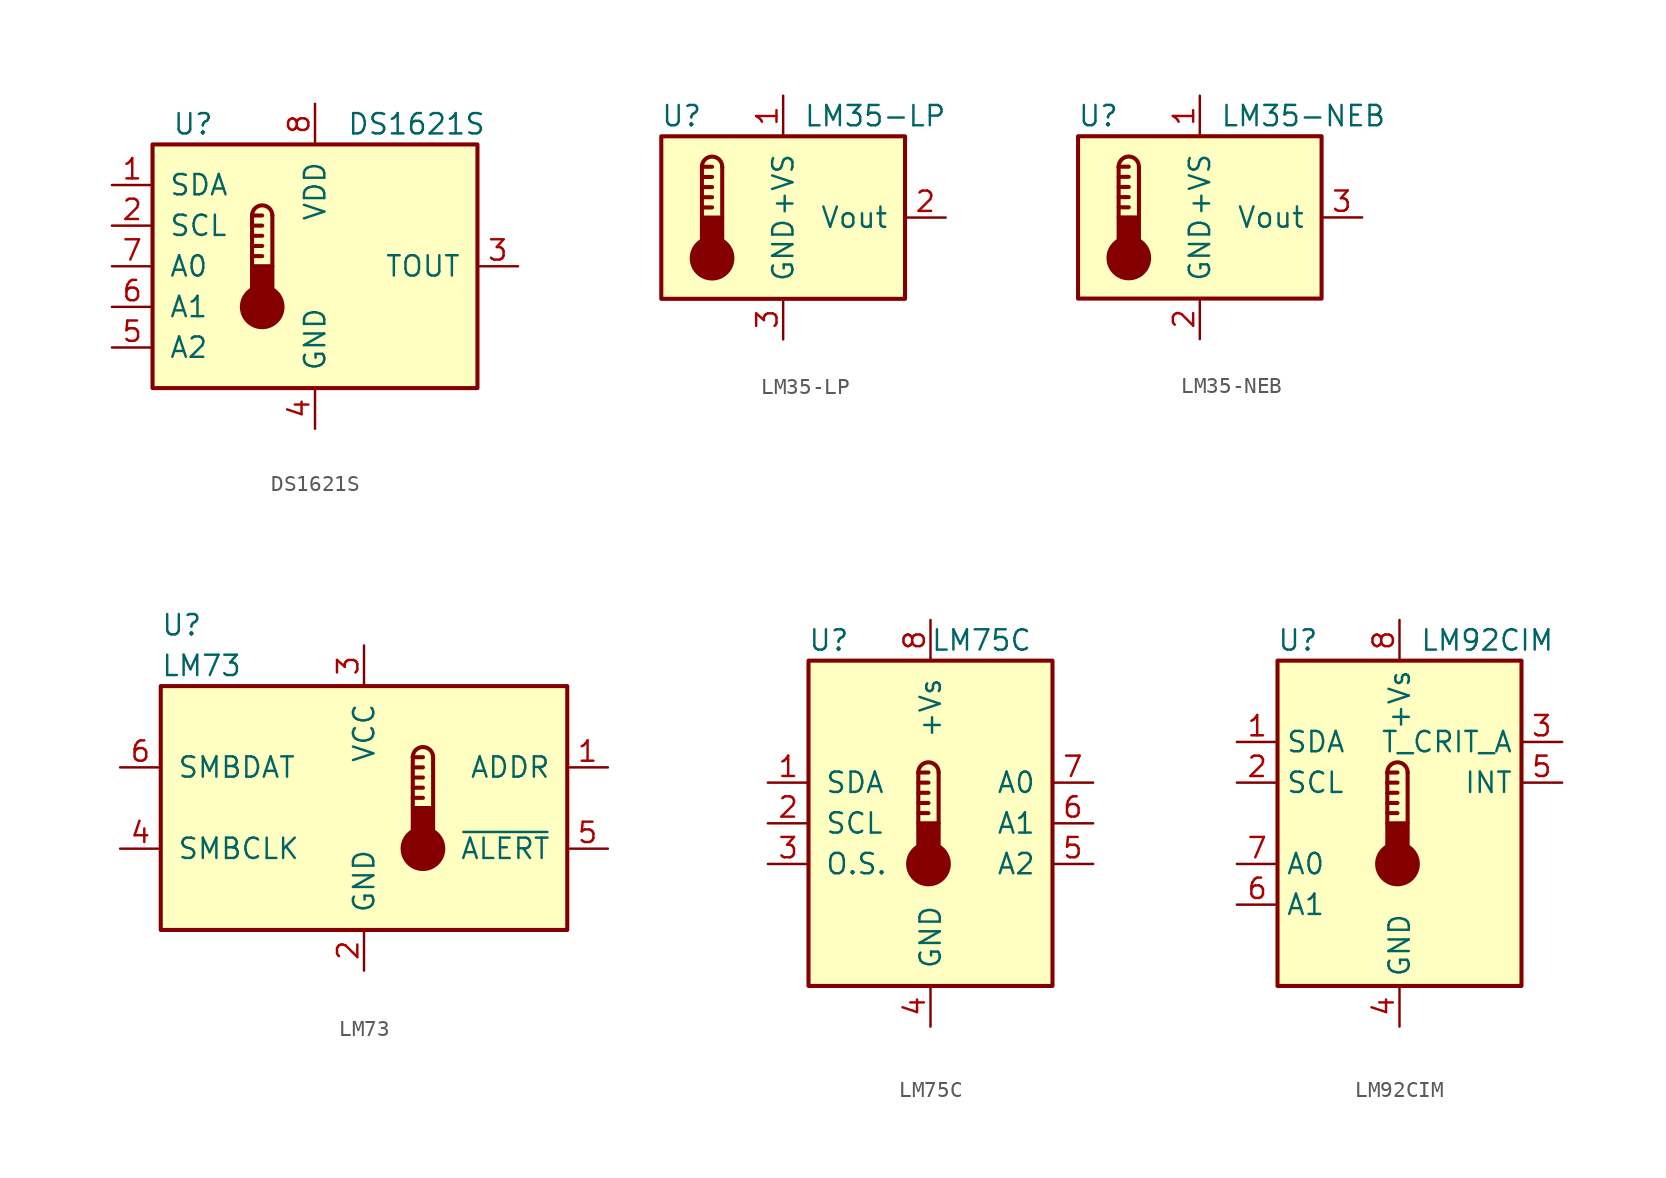
<source format=kicad_sym>
(kicad_symbol_lib
  (version 20201005)
  (generator kicad_symbol_editor)
  (symbol "DS1621S"
    (pin_names
      (offset 1.016))
    (property "Reference" "U"
      (at -7.62 8.89 0)
      (effects (font (size 1.27 1.27))))
    (property "Value" "DS1621S"
      (at 6.35 8.89 0)
      (effects (font (size 1.27 1.27))))
    (symbol "DS1621S_0_1"
      (arc (start -2.667 3.175) (end -3.937 3.175) (radius (at -3.302 3.175) (length 0.635) (angles 0.1 179.9)) (stroke (width 0.254)) (fill (type none)))
      (circle (center -3.302 -2.54) (radius 1.27) (stroke (width 0.254)) (fill (type outline)))
      (rectangle (start -2.667 -1.905) (end -3.937 0) (stroke (width 0.254)) (fill (type outline)))
      (rectangle (start -10.16 7.62) (end 10.16 -7.62) (stroke (width 0.254)) (fill (type background)))
      (polyline (pts (xy -3.937 0.635) (xy -3.302 0.635)) (stroke (width 0.254)) (fill (type none)))
      (polyline (pts (xy -3.937 1.27) (xy -3.302 1.27)) (stroke (width 0.254)) (fill (type none)))
      (polyline (pts (xy -3.937 1.905) (xy -3.302 1.905)) (stroke (width 0.254)) (fill (type none)))
      (polyline (pts (xy -3.937 2.54) (xy -3.302 2.54)) (stroke (width 0.254)) (fill (type none)))
      (polyline (pts (xy -3.937 3.175) (xy -3.937 0)) (stroke (width 0.254)) (fill (type none)))
      (polyline (pts (xy -3.937 3.175) (xy -3.302 3.175)) (stroke (width 0.254)) (fill (type none)))
      (polyline (pts (xy -2.667 3.175) (xy -2.667 0)) (stroke (width 0.254)) (fill (type none))))
    (symbol "DS1621S_1_1"
      (pin bidirectional line (at -12.7 5.08 0) (length 2.54) (name "SDA" (effects (font (size 1.27 1.27)))) (number "1" (effects (font (size 1.27 1.27)))))
      (pin input line (at -12.7 2.54 0) (length 2.54) (name "SCL" (effects (font (size 1.27 1.27)))) (number "2" (effects (font (size 1.27 1.27)))))
      (pin output line (at 12.7 0 180) (length 2.54) (name "TOUT" (effects (font (size 1.27 1.27)))) (number "3" (effects (font (size 1.27 1.27)))))
      (pin power_in line (at 0 -10.16 90) (length 2.54) (name "GND" (effects (font (size 1.27 1.27)))) (number "4" (effects (font (size 1.27 1.27)))))
      (pin input line (at -12.7 -5.08 0) (length 2.54) (name "A2" (effects (font (size 1.27 1.27)))) (number "5" (effects (font (size 1.27 1.27)))))
      (pin input line (at -12.7 -2.54 0) (length 2.54) (name "A1" (effects (font (size 1.27 1.27)))) (number "6" (effects (font (size 1.27 1.27)))))
      (pin input line (at -12.7 0 0) (length 2.54) (name "A0" (effects (font (size 1.27 1.27)))) (number "7" (effects (font (size 1.27 1.27)))))
      (pin power_in line (at 0 10.16 270) (length 2.54) (name "VDD" (effects (font (size 1.27 1.27)))) (number "8" (effects (font (size 1.27 1.27)))))))
  (symbol "LM35-LP"
    (pin_names
      (offset 1.016))
    (property "Reference" "U"
      (at -6.35 6.35 0)
      (effects (font (size 1.27 1.27))))
    (property "Value" "LM35-LP"
      (at 1.27 6.35 0)
      (effects (font (size 1.27 1.27)) (justify left)))
    (symbol "LM35-LP_0_1"
      (arc (start -3.81 3.175) (end -5.08 3.175) (radius (at -4.445 3.175) (length 0.635) (angles 0.1 179.9)) (stroke (width 0.254)) (fill (type none)))
      (circle (center -4.445 -2.54) (radius 1.27) (stroke (width 0.254)) (fill (type outline)))
      (rectangle (start -3.81 -1.905) (end -5.08 0) (stroke (width 0.254)) (fill (type outline)))
      (rectangle (start -7.62 5.08) (end 7.62 -5.08) (stroke (width 0.254)) (fill (type background)))
      (polyline (pts (xy -5.08 0.635) (xy -4.445 0.635)) (stroke (width 0.254)) (fill (type none)))
      (polyline (pts (xy -5.08 1.27) (xy -4.445 1.27)) (stroke (width 0.254)) (fill (type none)))
      (polyline (pts (xy -5.08 1.905) (xy -4.445 1.905)) (stroke (width 0.254)) (fill (type none)))
      (polyline (pts (xy -5.08 2.54) (xy -4.445 2.54)) (stroke (width 0.254)) (fill (type none)))
      (polyline (pts (xy -5.08 3.175) (xy -5.08 0)) (stroke (width 0.254)) (fill (type none)))
      (polyline (pts (xy -5.08 3.175) (xy -4.445 3.175)) (stroke (width 0.254)) (fill (type none)))
      (polyline (pts (xy -3.81 3.175) (xy -3.81 0)) (stroke (width 0.254)) (fill (type none))))
    (symbol "LM35-LP_1_1"
      (pin power_in line (at 0 7.62 270) (length 2.54) (name "+VS" (effects (font (size 1.27 1.27)))) (number "1" (effects (font (size 1.27 1.27)))))
      (pin output line (at 10.16 0 180) (length 2.54) (name "Vout" (effects (font (size 1.27 1.27)))) (number "2" (effects (font (size 1.27 1.27)))))
      (pin power_in line (at 0 -7.62 90) (length 2.54) (name "GND" (effects (font (size 1.27 1.27)))) (number "3" (effects (font (size 1.27 1.27)))))))
  (symbol "LM35-NEB"
    (pin_names
      (offset 1.016))
    (property "Reference" "U"
      (at -6.35 6.35 0)
      (effects (font (size 1.27 1.27))))
    (property "Value" "LM35-NEB"
      (at 1.27 6.35 0)
      (effects (font (size 1.27 1.27)) (justify left)))
    (symbol "LM35-NEB_0_1"
      (arc (start -3.81 3.175) (end -5.08 3.175) (radius (at -4.445 3.175) (length 0.635) (angles 0.1 179.9)) (stroke (width 0.254)) (fill (type none)))
      (circle (center -4.445 -2.54) (radius 1.27) (stroke (width 0.254)) (fill (type outline)))
      (rectangle (start -3.81 -1.905) (end -5.08 0) (stroke (width 0.254)) (fill (type outline)))
      (rectangle (start -7.62 5.08) (end 7.62 -5.08) (stroke (width 0.254)) (fill (type background)))
      (polyline (pts (xy -5.08 0.635) (xy -4.445 0.635)) (stroke (width 0.254)) (fill (type none)))
      (polyline (pts (xy -5.08 1.27) (xy -4.445 1.27)) (stroke (width 0.254)) (fill (type none)))
      (polyline (pts (xy -5.08 1.905) (xy -4.445 1.905)) (stroke (width 0.254)) (fill (type none)))
      (polyline (pts (xy -5.08 2.54) (xy -4.445 2.54)) (stroke (width 0.254)) (fill (type none)))
      (polyline (pts (xy -5.08 3.175) (xy -5.08 0)) (stroke (width 0.254)) (fill (type none)))
      (polyline (pts (xy -5.08 3.175) (xy -4.445 3.175)) (stroke (width 0.254)) (fill (type none)))
      (polyline (pts (xy -3.81 3.175) (xy -3.81 0)) (stroke (width 0.254)) (fill (type none))))
    (symbol "LM35-NEB_1_1"
      (pin power_in line (at 0 7.62 270) (length 2.54) (name "+VS" (effects (font (size 1.27 1.27)))) (number "1" (effects (font (size 1.27 1.27)))))
      (pin power_in line (at 0 -7.62 90) (length 2.54) (name "GND" (effects (font (size 1.27 1.27)))) (number "2" (effects (font (size 1.27 1.27)))))
      (pin output line (at 10.16 0 180) (length 2.54) (name "Vout" (effects (font (size 1.27 1.27)))) (number "3" (effects (font (size 1.27 1.27)))))))
  (symbol "LM73"
    (pin_names
      (offset 1.016))
    (property "Reference" "U"
      (at -12.7 11.43 0)
      (effects (font (size 1.27 1.27)) (justify left)))
    (property "Value" "LM73"
      (at -12.7 8.89 0)
      (effects (font (size 1.27 1.27)) (justify left)))
    (symbol "LM73_0_1"
      (arc (start 4.318 3.175) (end 3.048 3.175) (radius (at 3.683 3.175) (length 0.635) (angles 0.1 179.9)) (stroke (width 0.254)) (fill (type none)))
      (circle (center 3.683 -2.54) (radius 1.27) (stroke (width 0.254)) (fill (type outline)))
      (rectangle (start 4.318 -1.905) (end 3.048 0) (stroke (width 0.254)) (fill (type outline)))
      (rectangle (start -12.7 7.62) (end 12.7 -7.62) (stroke (width 0.254)) (fill (type background)))
      (polyline (pts (xy 3.048 0.635) (xy 3.683 0.635)) (stroke (width 0.254)) (fill (type none)))
      (polyline (pts (xy 3.048 1.27) (xy 3.683 1.27)) (stroke (width 0.254)) (fill (type none)))
      (polyline (pts (xy 3.048 1.905) (xy 3.683 1.905)) (stroke (width 0.254)) (fill (type none)))
      (polyline (pts (xy 3.048 2.54) (xy 3.683 2.54)) (stroke (width 0.254)) (fill (type none)))
      (polyline (pts (xy 3.048 3.175) (xy 3.048 0)) (stroke (width 0.254)) (fill (type none)))
      (polyline (pts (xy 3.048 3.175) (xy 3.683 3.175)) (stroke (width 0.254)) (fill (type none)))
      (polyline (pts (xy 4.318 3.175) (xy 4.318 0)) (stroke (width 0.254)) (fill (type none))))
    (symbol "LM73_1_1"
      (pin input line (at 15.24 2.54 180) (length 2.54) (name "ADDR" (effects (font (size 1.27 1.27)))) (number "1" (effects (font (size 1.27 1.27)))))
      (pin power_in line (at 0 -10.16 90) (length 2.54) (name "GND" (effects (font (size 1.27 1.27)))) (number "2" (effects (font (size 1.27 1.27)))))
      (pin power_in line (at 0 10.16 270) (length 2.54) (name "VCC" (effects (font (size 1.27 1.27)))) (number "3" (effects (font (size 1.27 1.27)))))
      (pin input line (at -15.24 -2.54 0) (length 2.54) (name "SMBCLK" (effects (font (size 1.27 1.27)))) (number "4" (effects (font (size 1.27 1.27)))))
      (pin output line (at 15.24 -2.54 180) (length 2.54) (name "~ALERT" (effects (font (size 1.27 1.27)))) (number "5" (effects (font (size 1.27 1.27)))))
      (pin bidirectional line (at -15.24 2.54 0) (length 2.54) (name "SMBDAT" (effects (font (size 1.27 1.27)))) (number "6" (effects (font (size 1.27 1.27)))))))
  (symbol "LM75C"
    (pin_names
      (offset 1.016))
    (property "Reference" "U"
      (at -6.35 11.43 0)
      (effects (font (size 1.27 1.27))))
    (property "Value" "LM75C"
      (at 0 11.43 0)
      (effects (font (size 1.27 1.27)) (justify left)))
    (symbol "LM75C_0_1"
      (arc (start 0.508 3.175) (end -0.762 3.175) (radius (at -0.127 3.175) (length 0.635) (angles 0.1 179.9)) (stroke (width 0.254)) (fill (type none)))
      (circle (center -0.127 -2.54) (radius 1.27) (stroke (width 0.254)) (fill (type outline)))
      (rectangle (start 0.508 -1.905) (end -0.762 0) (stroke (width 0.254)) (fill (type outline)))
      (rectangle (start -7.62 10.16) (end 7.62 -10.16) (stroke (width 0.254)) (fill (type background)))
      (polyline (pts (xy -0.762 0.635) (xy -0.127 0.635)) (stroke (width 0.254)) (fill (type none)))
      (polyline (pts (xy -0.762 1.27) (xy -0.127 1.27)) (stroke (width 0.254)) (fill (type none)))
      (polyline (pts (xy -0.762 1.905) (xy -0.127 1.905)) (stroke (width 0.254)) (fill (type none)))
      (polyline (pts (xy -0.762 2.54) (xy -0.127 2.54)) (stroke (width 0.254)) (fill (type none)))
      (polyline (pts (xy -0.762 3.175) (xy -0.762 0)) (stroke (width 0.254)) (fill (type none)))
      (polyline (pts (xy -0.762 3.175) (xy -0.127 3.175)) (stroke (width 0.254)) (fill (type none)))
      (polyline (pts (xy 0.508 3.175) (xy 0.508 0)) (stroke (width 0.254)) (fill (type none))))
    (symbol "LM75C_1_1"
      (pin bidirectional line (at -10.16 2.54 0) (length 2.54) (name "SDA" (effects (font (size 1.27 1.27)))) (number "1" (effects (font (size 1.27 1.27)))))
      (pin input line (at -10.16 0 0) (length 2.54) (name "SCL" (effects (font (size 1.27 1.27)))) (number "2" (effects (font (size 1.27 1.27)))))
      (pin open_collector line (at -10.16 -2.54 0) (length 2.54) (name "O.S." (effects (font (size 1.27 1.27)))) (number "3" (effects (font (size 1.27 1.27)))))
      (pin power_in line (at 0 -12.7 90) (length 2.54) (name "GND" (effects (font (size 1.27 1.27)))) (number "4" (effects (font (size 1.27 1.27)))))
      (pin input line (at 10.16 -2.54 180) (length 2.54) (name "A2" (effects (font (size 1.27 1.27)))) (number "5" (effects (font (size 1.27 1.27)))))
      (pin input line (at 10.16 0 180) (length 2.54) (name "A1" (effects (font (size 1.27 1.27)))) (number "6" (effects (font (size 1.27 1.27)))))
      (pin input line (at 10.16 2.54 180) (length 2.54) (name "A0" (effects (font (size 1.27 1.27)))) (number "7" (effects (font (size 1.27 1.27)))))
      (pin power_in line (at 0 12.7 270) (length 2.54) (name "+Vs" (effects (font (size 1.27 1.27)))) (number "8" (effects (font (size 1.27 1.27)))))))
  (symbol "LM92CIM"
    (property "Reference" "U"
      (at -6.35 11.43 0)
      (effects (font (size 1.27 1.27))))
    (property "Value" "LM92CIM"
      (at 1.27 11.43 0)
      (effects (font (size 1.27 1.27)) (justify left)))
    (symbol "LM92CIM_0_1"
      (arc (start 0.508 3.175) (end -0.762 3.175) (radius (at -0.127 3.175) (length 0.635) (angles 0.1 179.9)) (stroke (width 0.254)) (fill (type none)))
      (circle (center -0.127 -2.54) (radius 1.27) (stroke (width 0.254)) (fill (type outline)))
      (rectangle (start 0.508 -1.905) (end -0.762 0) (stroke (width 0.254)) (fill (type outline)))
      (rectangle (start -7.62 10.16) (end 7.62 -10.16) (stroke (width 0.254)) (fill (type background)))
      (polyline (pts (xy -0.762 0.635) (xy -0.127 0.635)) (stroke (width 0.254)) (fill (type none)))
      (polyline (pts (xy -0.762 1.27) (xy -0.127 1.27)) (stroke (width 0.254)) (fill (type none)))
      (polyline (pts (xy -0.762 1.905) (xy -0.127 1.905)) (stroke (width 0.254)) (fill (type none)))
      (polyline (pts (xy -0.762 2.54) (xy -0.127 2.54)) (stroke (width 0.254)) (fill (type none)))
      (polyline (pts (xy -0.762 3.175) (xy -0.762 0)) (stroke (width 0.254)) (fill (type none)))
      (polyline (pts (xy -0.762 3.175) (xy -0.127 3.175)) (stroke (width 0.254)) (fill (type none)))
      (polyline (pts (xy 0.508 3.175) (xy 0.508 0)) (stroke (width 0.254)) (fill (type none))))
    (symbol "LM92CIM_1_1"
      (pin bidirectional line (at -10.16 5.08 0) (length 2.54) (name "SDA" (effects (font (size 1.27 1.27)))) (number "1" (effects (font (size 1.27 1.27)))))
      (pin input line (at -10.16 2.54 0) (length 2.54) (name "SCL" (effects (font (size 1.27 1.27)))) (number "2" (effects (font (size 1.27 1.27)))))
      (pin open_collector line (at 10.16 5.08 180) (length 2.54) (name "T_CRIT_A" (effects (font (size 1.27 1.27)))) (number "3" (effects (font (size 1.27 1.27)))))
      (pin power_in line (at 0 -12.7 90) (length 2.54) (name "GND" (effects (font (size 1.27 1.27)))) (number "4" (effects (font (size 1.27 1.27)))))
      (pin open_collector line (at 10.16 2.54 180) (length 2.54) (name "INT" (effects (font (size 1.27 1.27)))) (number "5" (effects (font (size 1.27 1.27)))))
      (pin input line (at -10.16 -5.08 0) (length 2.54) (name "A1" (effects (font (size 1.27 1.27)))) (number "6" (effects (font (size 1.27 1.27)))))
      (pin input line (at -10.16 -2.54 0) (length 2.54) (name "A0" (effects (font (size 1.27 1.27)))) (number "7" (effects (font (size 1.27 1.27)))))
      (pin power_in line (at 0 12.7 270) (length 2.54) (name "+Vs" (effects (font (size 1.27 1.27)))) (number "8" (effects (font (size 1.27 1.27))))))))
</source>
